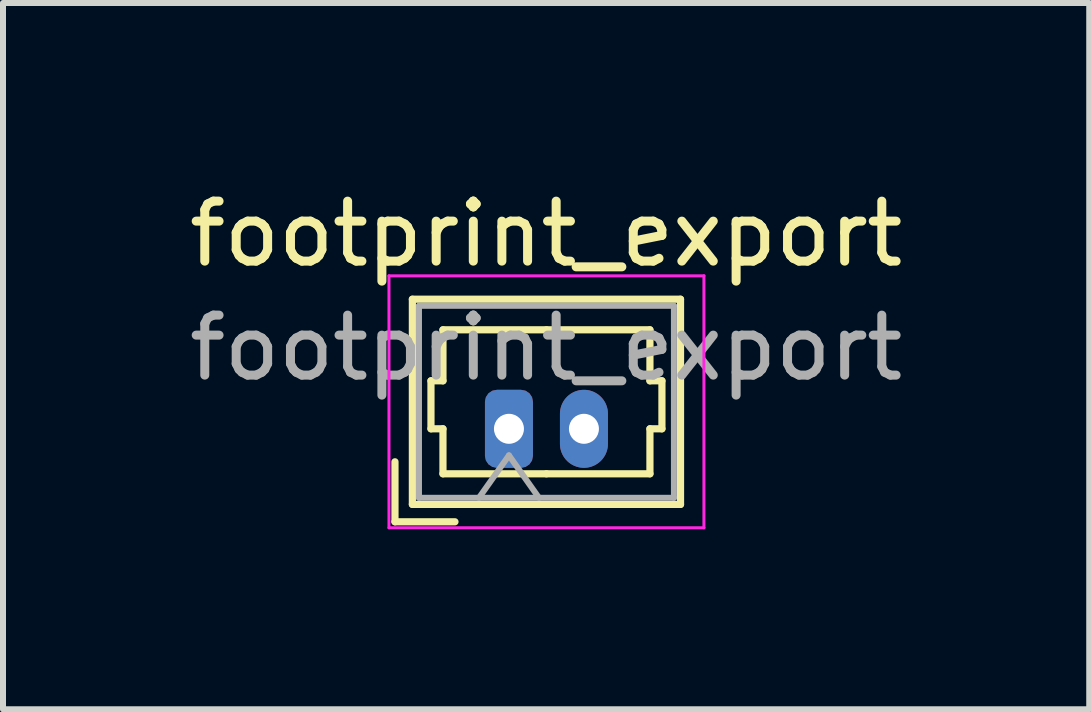
<source format=kicad_pcb>
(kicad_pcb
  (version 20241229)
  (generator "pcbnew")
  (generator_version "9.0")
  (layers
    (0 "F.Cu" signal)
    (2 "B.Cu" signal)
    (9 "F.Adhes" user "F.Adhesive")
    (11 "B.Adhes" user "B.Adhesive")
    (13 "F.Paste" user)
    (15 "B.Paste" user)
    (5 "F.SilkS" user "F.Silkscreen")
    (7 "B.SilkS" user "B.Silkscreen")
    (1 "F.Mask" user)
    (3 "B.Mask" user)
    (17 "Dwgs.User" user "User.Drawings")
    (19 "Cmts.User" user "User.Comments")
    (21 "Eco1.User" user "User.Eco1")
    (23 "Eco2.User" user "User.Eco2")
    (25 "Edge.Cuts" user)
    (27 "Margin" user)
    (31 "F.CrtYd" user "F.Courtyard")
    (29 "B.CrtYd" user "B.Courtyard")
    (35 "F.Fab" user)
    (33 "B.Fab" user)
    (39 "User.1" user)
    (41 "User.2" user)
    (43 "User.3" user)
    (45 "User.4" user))
  (footprint "footprint_export"
    (layer "F.Cu")
    (at 5.434 4.098)
    (property "Reference" "footprint_export" (at 0.62 -3.25 0) (layer "F.SilkS") (effects (font (size 1 1) (thickness 0.15))))
    (attr through_hole)
    (fp_line (start -1.9 1.55) (end -1.9 0.55) (stroke (width 0.12) (type solid)) (layer "F.SilkS"))
    (fp_line (start -1.9 1.55) (end -0.9 1.55) (stroke (width 0.12) (type solid)) (layer "F.SilkS"))
    (fp_line (start -1.61 -2.16) (end -1.61 1.26) (stroke (width 0.12) (type solid)) (layer "F.SilkS"))
    (fp_line (start -1.61 1.26) (end 2.86 1.26) (stroke (width 0.12) (type solid)) (layer "F.SilkS"))
    (fp_line (start -1.3 -0.8) (end -1.1 -0.8) (stroke (width 0.12) (type solid)) (layer "F.SilkS"))
    (fp_line (start -1.3 0) (end -1.3 -0.8) (stroke (width 0.12) (type solid)) (layer "F.SilkS"))
    (fp_line (start -1.1 -1.65) (end 0.625 -1.65) (stroke (width 0.12) (type solid)) (layer "F.SilkS"))
    (fp_line (start -1.1 -0.8) (end -1.1 -1.65) (stroke (width 0.12) (type solid)) (layer "F.SilkS"))
    (fp_line (start -1.1 0) (end -1.3 0) (stroke (width 0.12) (type solid)) (layer "F.SilkS"))
    (fp_line (start -1.1 0.75) (end -1.1 0) (stroke (width 0.12) (type solid)) (layer "F.SilkS"))
    (fp_line (start 0.625 0.75) (end -1.1 0.75) (stroke (width 0.12) (type solid)) (layer "F.SilkS"))
    (fp_line (start 0.625 0.75) (end 2.35 0.75) (stroke (width 0.12) (type solid)) (layer "F.SilkS"))
    (fp_line (start 2.35 -1.65) (end 0.625 -1.65) (stroke (width 0.12) (type solid)) (layer "F.SilkS"))
    (fp_line (start 2.35 -0.8) (end 2.35 -1.65) (stroke (width 0.12) (type solid)) (layer "F.SilkS"))
    (fp_line (start 2.35 0) (end 2.55 0) (stroke (width 0.12) (type solid)) (layer "F.SilkS"))
    (fp_line (start 2.35 0.75) (end 2.35 0) (stroke (width 0.12) (type solid)) (layer "F.SilkS"))
    (fp_line (start 2.55 -0.8) (end 2.35 -0.8) (stroke (width 0.12) (type solid)) (layer "F.SilkS"))
    (fp_line (start 2.55 0) (end 2.55 -0.8) (stroke (width 0.12) (type solid)) (layer "F.SilkS"))
    (fp_line (start 2.86 -2.16) (end -1.61 -2.16) (stroke (width 0.12) (type solid)) (layer "F.SilkS"))
    (fp_line (start 2.86 1.26) (end 2.86 -2.16) (stroke (width 0.12) (type solid)) (layer "F.SilkS"))
    (fp_line (start -2 -2.55) (end -2 1.65) (stroke (width 0.05) (type solid)) (layer "F.CrtYd"))
    (fp_line (start -2 1.65) (end 3.25 1.65) (stroke (width 0.05) (type solid)) (layer "F.CrtYd"))
    (fp_line (start 3.25 -2.55) (end -2 -2.55) (stroke (width 0.05) (type solid)) (layer "F.CrtYd"))
    (fp_line (start 3.25 1.65) (end 3.25 -2.55) (stroke (width 0.05) (type solid)) (layer "F.CrtYd"))
    (fp_line (start -1.5 -2.05) (end -1.5 1.15) (stroke (width 0.1) (type solid)) (layer "F.Fab"))
    (fp_line (start -1.5 1.15) (end 2.75 1.15) (stroke (width 0.1) (type solid)) (layer "F.Fab"))
    (fp_line (start -0.5 1.15) (end 0 0.443) (stroke (width 0.1) (type solid)) (layer "F.Fab"))
    (fp_line (start 0 0.443) (end 0.5 1.15) (stroke (width 0.1) (type solid)) (layer "F.Fab"))
    (fp_line (start 2.75 -2.05) (end -1.5 -2.05) (stroke (width 0.1) (type solid)) (layer "F.Fab"))
    (fp_line (start 2.75 1.15) (end 2.75 -2.05) (stroke (width 0.1) (type solid)) (layer "F.Fab"))
    (fp_text user "${REFERENCE}" (at 0.62 -1.35 0) (layer "F.Fab") (effects (font (size 1 1) (thickness 0.15))))
    (pad "1" thru_hole roundrect (at 0 0) (size 0.8 1.3) (drill 0.5) (layers "*.Cu" "*.Mask") (roundrect_rratio 0.25))
    (pad "2" thru_hole oval (at 1.25 0) (size 0.8 1.3) (drill 0.5) (layers "*.Cu" "*.Mask")))
  (gr_rect
    (start -3 -3)
    (end 15.107 8.773)
    (stroke (width 0.1) (type default))
    (fill no)
    (layer "Edge.Cuts")))
</source>
